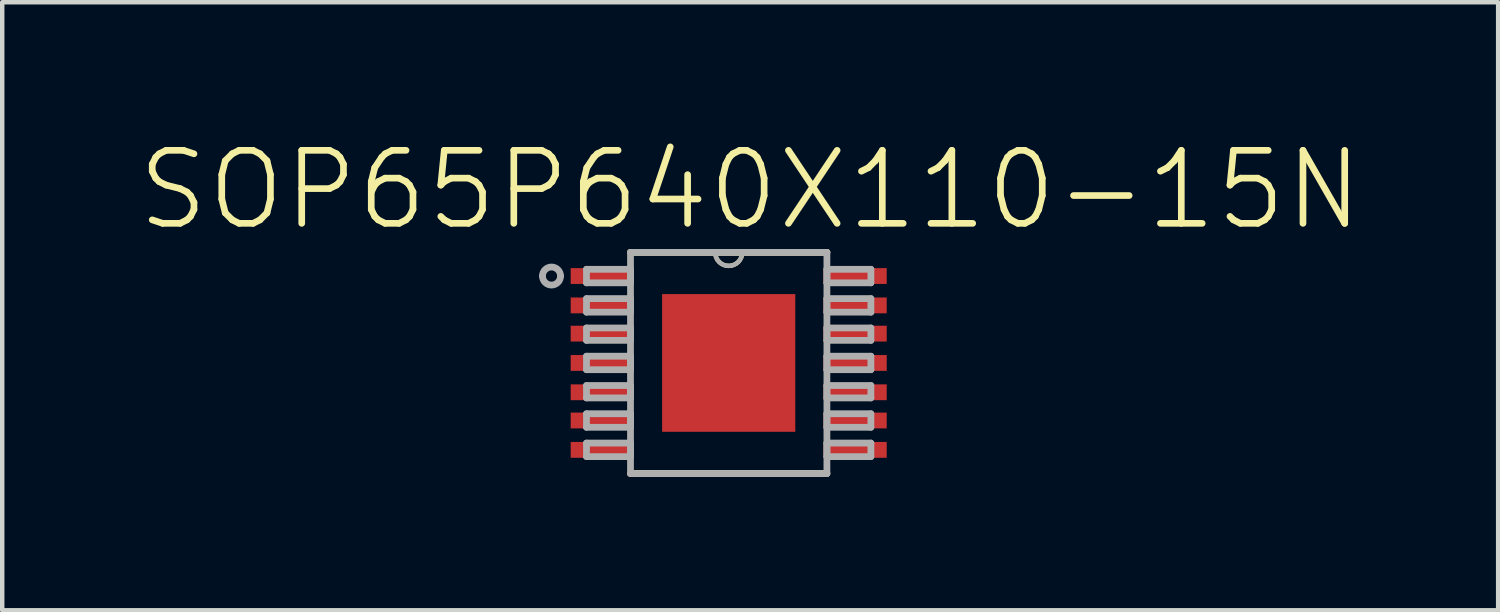
<source format=kicad_pcb>
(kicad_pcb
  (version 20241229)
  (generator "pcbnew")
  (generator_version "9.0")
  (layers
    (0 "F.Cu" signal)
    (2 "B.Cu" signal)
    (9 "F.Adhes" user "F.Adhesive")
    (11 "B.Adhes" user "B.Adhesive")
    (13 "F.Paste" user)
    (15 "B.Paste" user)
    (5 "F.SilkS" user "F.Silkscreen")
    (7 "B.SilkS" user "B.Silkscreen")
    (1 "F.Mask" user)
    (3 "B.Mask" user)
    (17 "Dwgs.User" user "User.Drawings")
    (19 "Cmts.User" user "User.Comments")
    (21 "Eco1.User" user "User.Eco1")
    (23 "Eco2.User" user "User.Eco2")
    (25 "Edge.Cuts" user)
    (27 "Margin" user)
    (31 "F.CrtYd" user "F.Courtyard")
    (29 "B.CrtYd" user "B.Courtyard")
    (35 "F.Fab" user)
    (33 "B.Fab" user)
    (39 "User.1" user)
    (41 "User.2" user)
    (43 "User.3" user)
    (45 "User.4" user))
  (footprint "SOP65P640X110-15N"
    (layer "F.Cu")
    (at 13.349 5.118)
    (property "Reference" "SOP65P640X110-15N" (at 0.484 -3.894 0) (layer "F.SilkS") (effects (font (size 1.643 1.643) (thickness 0.15))))
    (attr smd)
    (fp_line (start -2.21 2.489) (end 2.21 2.489) (stroke (width 0.152) (type solid)) (layer "F.SilkS"))
    (fp_line (start -0.305 -2.489) (end -2.21 -2.489) (stroke (width 0.152) (type solid)) (layer "F.SilkS"))
    (fp_line (start 0.305 -2.489) (end -0.305 -2.489) (stroke (width 0.152) (type solid)) (layer "F.SilkS"))
    (fp_line (start 2.21 -2.489) (end 0.305 -2.489) (stroke (width 0.152) (type solid)) (layer "F.SilkS"))
    (fp_arc (start -3.8862 -1.778) (mid -4.179206 -1.9558) (end -3.8862 -2.1336) (stroke (width 0.1) (type solid)) (layer "F.SilkS"))
    (fp_arc (start 0.3048 -2.4892) (mid 0 -2.1844) (end -0.3048 -2.4892) (stroke (width 0.1) (type solid)) (layer "F.SilkS"))
    (fp_line (start -3.2 -2.108) (end -3.2 -1.803) (stroke (width 0.152) (type solid)) (layer "F.Fab"))
    (fp_line (start -3.2 -1.803) (end -2.21 -1.803) (stroke (width 0.152) (type solid)) (layer "F.Fab"))
    (fp_line (start -3.2 -1.448) (end -3.2 -1.143) (stroke (width 0.152) (type solid)) (layer "F.Fab"))
    (fp_line (start -3.2 -1.143) (end -2.21 -1.143) (stroke (width 0.152) (type solid)) (layer "F.Fab"))
    (fp_line (start -3.2 -0.787) (end -3.2 -0.508) (stroke (width 0.152) (type solid)) (layer "F.Fab"))
    (fp_line (start -3.2 -0.508) (end -2.21 -0.508) (stroke (width 0.152) (type solid)) (layer "F.Fab"))
    (fp_line (start -3.2 -0.152) (end -3.2 0.152) (stroke (width 0.152) (type solid)) (layer "F.Fab"))
    (fp_line (start -3.2 0.152) (end -2.21 0.152) (stroke (width 0.152) (type solid)) (layer "F.Fab"))
    (fp_line (start -3.2 0.508) (end -3.2 0.787) (stroke (width 0.152) (type solid)) (layer "F.Fab"))
    (fp_line (start -3.2 0.787) (end -2.21 0.787) (stroke (width 0.152) (type solid)) (layer "F.Fab"))
    (fp_line (start -3.2 1.143) (end -3.2 1.448) (stroke (width 0.152) (type solid)) (layer "F.Fab"))
    (fp_line (start -3.2 1.448) (end -2.21 1.448) (stroke (width 0.152) (type solid)) (layer "F.Fab"))
    (fp_line (start -3.2 1.803) (end -3.2 2.108) (stroke (width 0.152) (type solid)) (layer "F.Fab"))
    (fp_line (start -3.2 2.108) (end -2.21 2.108) (stroke (width 0.152) (type solid)) (layer "F.Fab"))
    (fp_line (start -2.21 -2.489) (end -2.21 2.489) (stroke (width 0.152) (type solid)) (layer "F.Fab"))
    (fp_line (start -2.21 -2.108) (end -3.2 -2.108) (stroke (width 0.152) (type solid)) (layer "F.Fab"))
    (fp_line (start -2.21 -1.803) (end -2.21 -2.108) (stroke (width 0.152) (type solid)) (layer "F.Fab"))
    (fp_line (start -2.21 -1.448) (end -3.2 -1.448) (stroke (width 0.152) (type solid)) (layer "F.Fab"))
    (fp_line (start -2.21 -1.143) (end -2.21 -1.448) (stroke (width 0.152) (type solid)) (layer "F.Fab"))
    (fp_line (start -2.21 -0.787) (end -3.2 -0.787) (stroke (width 0.152) (type solid)) (layer "F.Fab"))
    (fp_line (start -2.21 -0.508) (end -2.21 -0.787) (stroke (width 0.152) (type solid)) (layer "F.Fab"))
    (fp_line (start -2.21 -0.152) (end -3.2 -0.152) (stroke (width 0.152) (type solid)) (layer "F.Fab"))
    (fp_line (start -2.21 0.152) (end -2.21 -0.152) (stroke (width 0.152) (type solid)) (layer "F.Fab"))
    (fp_line (start -2.21 0.508) (end -3.2 0.508) (stroke (width 0.152) (type solid)) (layer "F.Fab"))
    (fp_line (start -2.21 0.787) (end -2.21 0.508) (stroke (width 0.152) (type solid)) (layer "F.Fab"))
    (fp_line (start -2.21 1.143) (end -3.2 1.143) (stroke (width 0.152) (type solid)) (layer "F.Fab"))
    (fp_line (start -2.21 1.448) (end -2.21 1.143) (stroke (width 0.152) (type solid)) (layer "F.Fab"))
    (fp_line (start -2.21 1.803) (end -3.2 1.803) (stroke (width 0.152) (type solid)) (layer "F.Fab"))
    (fp_line (start -2.21 2.108) (end -2.21 1.803) (stroke (width 0.152) (type solid)) (layer "F.Fab"))
    (fp_line (start -2.21 2.489) (end 2.21 2.489) (stroke (width 0.152) (type solid)) (layer "F.Fab"))
    (fp_line (start -0.305 -2.489) (end -2.21 -2.489) (stroke (width 0.152) (type solid)) (layer "F.Fab"))
    (fp_line (start 0.305 -2.489) (end -0.305 -2.489) (stroke (width 0.152) (type solid)) (layer "F.Fab"))
    (fp_line (start 2.21 -2.489) (end 0.305 -2.489) (stroke (width 0.152) (type solid)) (layer "F.Fab"))
    (fp_line (start 2.21 -2.108) (end 2.21 -1.803) (stroke (width 0.152) (type solid)) (layer "F.Fab"))
    (fp_line (start 2.21 -1.803) (end 3.2 -1.803) (stroke (width 0.152) (type solid)) (layer "F.Fab"))
    (fp_line (start 2.21 -1.448) (end 2.21 -1.143) (stroke (width 0.152) (type solid)) (layer "F.Fab"))
    (fp_line (start 2.21 -1.143) (end 3.2 -1.143) (stroke (width 0.152) (type solid)) (layer "F.Fab"))
    (fp_line (start 2.21 -0.787) (end 2.21 -0.508) (stroke (width 0.152) (type solid)) (layer "F.Fab"))
    (fp_line (start 2.21 -0.508) (end 3.2 -0.508) (stroke (width 0.152) (type solid)) (layer "F.Fab"))
    (fp_line (start 2.21 -0.152) (end 2.21 0.152) (stroke (width 0.152) (type solid)) (layer "F.Fab"))
    (fp_line (start 2.21 0.152) (end 3.2 0.152) (stroke (width 0.152) (type solid)) (layer "F.Fab"))
    (fp_line (start 2.21 0.508) (end 2.21 0.787) (stroke (width 0.152) (type solid)) (layer "F.Fab"))
    (fp_line (start 2.21 0.787) (end 3.2 0.787) (stroke (width 0.152) (type solid)) (layer "F.Fab"))
    (fp_line (start 2.21 1.143) (end 2.21 1.448) (stroke (width 0.152) (type solid)) (layer "F.Fab"))
    (fp_line (start 2.21 1.448) (end 3.2 1.448) (stroke (width 0.152) (type solid)) (layer "F.Fab"))
    (fp_line (start 2.21 1.803) (end 2.21 2.108) (stroke (width 0.152) (type solid)) (layer "F.Fab"))
    (fp_line (start 2.21 2.108) (end 3.2 2.108) (stroke (width 0.152) (type solid)) (layer "F.Fab"))
    (fp_line (start 2.21 2.489) (end 2.21 -2.489) (stroke (width 0.152) (type solid)) (layer "F.Fab"))
    (fp_line (start 3.2 -2.108) (end 2.21 -2.108) (stroke (width 0.152) (type solid)) (layer "F.Fab"))
    (fp_line (start 3.2 -1.803) (end 3.2 -2.108) (stroke (width 0.152) (type solid)) (layer "F.Fab"))
    (fp_line (start 3.2 -1.448) (end 2.21 -1.448) (stroke (width 0.152) (type solid)) (layer "F.Fab"))
    (fp_line (start 3.2 -1.143) (end 3.2 -1.448) (stroke (width 0.152) (type solid)) (layer "F.Fab"))
    (fp_line (start 3.2 -0.787) (end 2.21 -0.787) (stroke (width 0.152) (type solid)) (layer "F.Fab"))
    (fp_line (start 3.2 -0.508) (end 3.2 -0.787) (stroke (width 0.152) (type solid)) (layer "F.Fab"))
    (fp_line (start 3.2 -0.152) (end 2.21 -0.152) (stroke (width 0.152) (type solid)) (layer "F.Fab"))
    (fp_line (start 3.2 0.152) (end 3.2 -0.152) (stroke (width 0.152) (type solid)) (layer "F.Fab"))
    (fp_line (start 3.2 0.508) (end 2.21 0.508) (stroke (width 0.152) (type solid)) (layer "F.Fab"))
    (fp_line (start 3.2 0.787) (end 3.2 0.508) (stroke (width 0.152) (type solid)) (layer "F.Fab"))
    (fp_line (start 3.2 1.143) (end 2.21 1.143) (stroke (width 0.152) (type solid)) (layer "F.Fab"))
    (fp_line (start 3.2 1.448) (end 3.2 1.143) (stroke (width 0.152) (type solid)) (layer "F.Fab"))
    (fp_line (start 3.2 1.803) (end 2.21 1.803) (stroke (width 0.152) (type solid)) (layer "F.Fab"))
    (fp_line (start 3.2 2.108) (end 3.2 1.803) (stroke (width 0.152) (type solid)) (layer "F.Fab"))
    (fp_arc (start -4.191 -1.9558) (mid -3.9878 -2.159) (end -3.7846 -1.9558) (stroke (width 0.1524) (type solid)) (layer "F.Fab"))
    (fp_arc (start -3.7846 -1.9558) (mid -3.9878 -1.7526) (end -4.191 -1.9558) (stroke (width 0.1524) (type solid)) (layer "F.Fab"))
    (fp_arc (start 0.3048 -2.4892) (mid 0 -2.1844) (end -0.3048 -2.4892) (stroke (width 0.1) (type solid)) (layer "F.Fab"))
    (pad "1" smd rect (at -2.845 -1.956) (size 1.422 0.356) (layers "F.Cu" "F.Mask" "F.Paste"))
    (pad "2" smd rect (at -2.845 -1.295) (size 1.422 0.356) (layers "F.Cu" "F.Mask" "F.Paste"))
    (pad "3" smd rect (at -2.845 -0.66) (size 1.422 0.356) (layers "F.Cu" "F.Mask" "F.Paste"))
    (pad "4" smd rect (at -2.845 0) (size 1.422 0.356) (layers "F.Cu" "F.Mask" "F.Paste"))
    (pad "5" smd rect (at -2.845 0.66) (size 1.422 0.356) (layers "F.Cu" "F.Mask" "F.Paste"))
    (pad "6" smd rect (at -2.845 1.295) (size 1.422 0.356) (layers "F.Cu" "F.Mask" "F.Paste"))
    (pad "7" smd rect (at -2.845 1.956) (size 1.422 0.356) (layers "F.Cu" "F.Mask" "F.Paste"))
    (pad "8" smd rect (at 2.845 1.956) (size 1.422 0.356) (layers "F.Cu" "F.Mask" "F.Paste"))
    (pad "9" smd rect (at 2.845 1.295) (size 1.422 0.356) (layers "F.Cu" "F.Mask" "F.Paste"))
    (pad "10" smd rect (at 2.845 0.66) (size 1.422 0.356) (layers "F.Cu" "F.Mask" "F.Paste"))
    (pad "11" smd rect (at 2.845 0) (size 1.422 0.356) (layers "F.Cu" "F.Mask" "F.Paste"))
    (pad "12" smd rect (at 2.845 -0.66) (size 1.422 0.356) (layers "F.Cu" "F.Mask" "F.Paste"))
    (pad "13" smd rect (at 2.845 -1.295) (size 1.422 0.356) (layers "F.Cu" "F.Mask" "F.Paste"))
    (pad "14" smd rect (at 2.845 -1.956) (size 1.422 0.356) (layers "F.Cu" "F.Mask" "F.Paste"))
    (pad "15" smd rect (at 0 0) (size 2.997 3.099) (layers "F.Cu" "F.Mask" "F.Paste")))
  (gr_rect
    (start -3 -3)
    (end 30.665 10.684)
    (stroke (width 0.1) (type default))
    (fill no)
    (layer "Edge.Cuts")))
</source>
